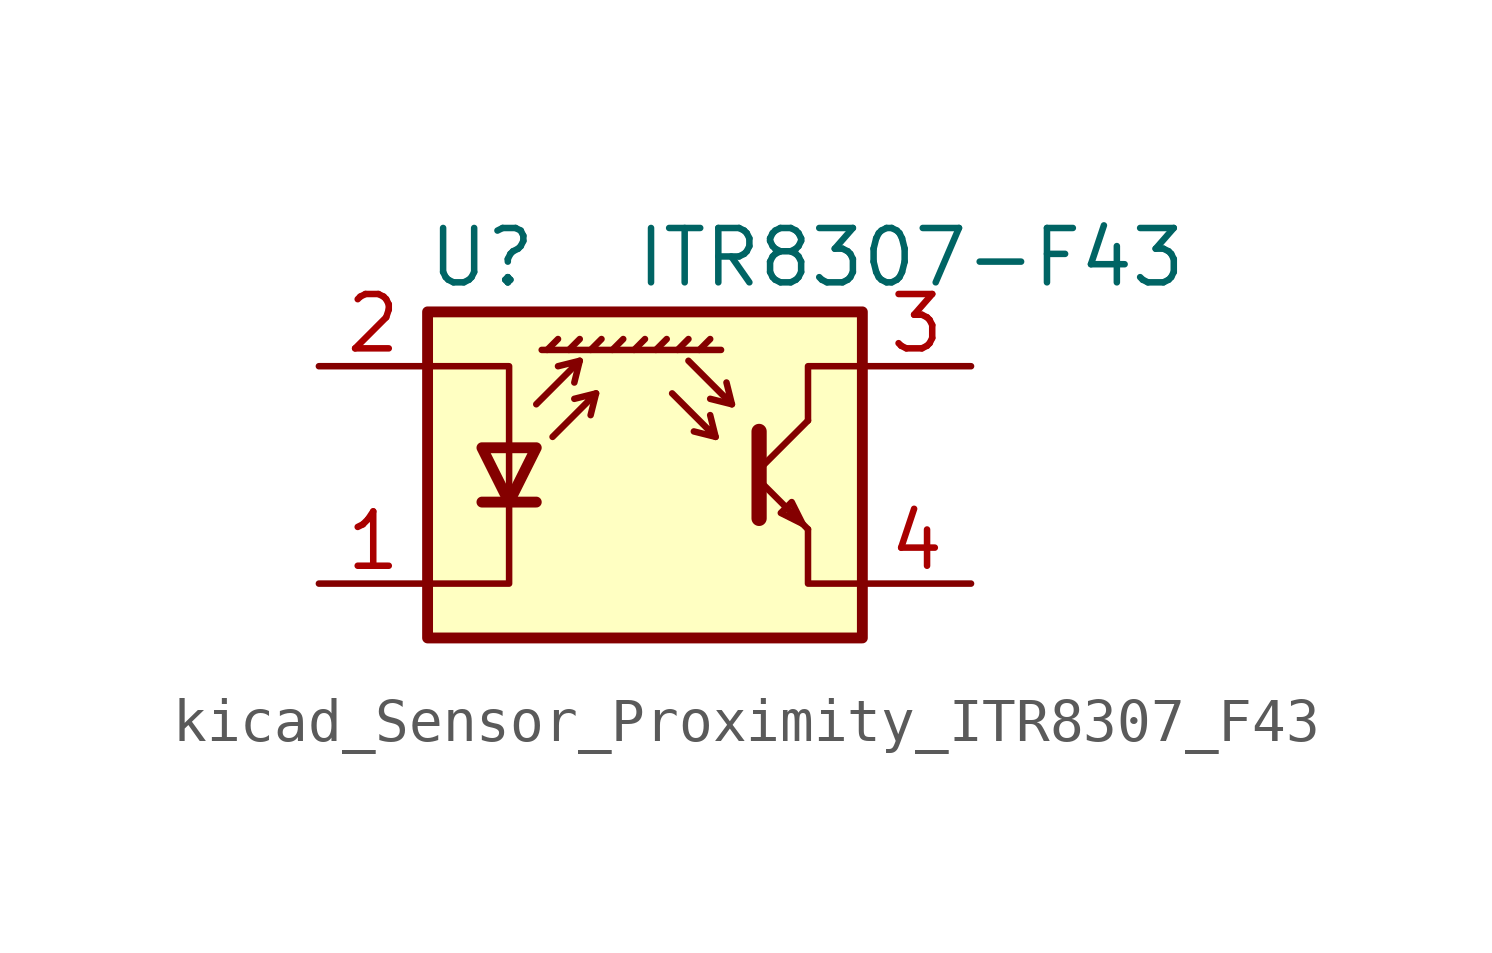
<source format=kicad_sym>
(kicad_symbol_lib
  (version 20220914)
  (generator kicad_symbol_editor)
  (symbol "kicad_Sensor_Proximity_ITR8307_F43"
    (pin_names
      (offset 0.025) hide)
    (property "Reference" "U"
      (at -3.81 5.08 0)
      (effects (font (size 1.27 1.27))))
    (property "Value" "ITR8307-F43"
      (at 12.7 5.08 0)
      (effects (font (size 1.27 1.27)) (justify right)))
    (symbol "kicad_Sensor_Proximity_ITR8307_F43_0_1"
      (polyline (pts (xy -3.81 -0.635) (xy -2.54 -0.635)) (stroke (width 0.254) (type default)) (fill (type none)))
      (polyline (pts (xy -2.286 2.921) (xy -2.032 3.175)) (stroke (width 0) (type default)) (fill (type none)))
      (polyline (pts (xy -1.778 2.921) (xy -1.524 3.175)) (stroke (width 0) (type default)) (fill (type none)))
      (polyline (pts (xy -1.524 2.667) (xy -1.651 2.159)) (stroke (width 0) (type default)) (fill (type none)))
      (polyline (pts (xy -1.27 2.921) (xy -1.016 3.175)) (stroke (width 0) (type default)) (fill (type none)))
      (polyline (pts (xy -1.143 1.905) (xy -1.27 1.397)) (stroke (width 0) (type default)) (fill (type none)))
      (polyline (pts (xy -0.762 2.921) (xy -0.508 3.175)) (stroke (width 0) (type default)) (fill (type none)))
      (polyline (pts (xy -0.254 2.921) (xy 0 3.175)) (stroke (width 0) (type default)) (fill (type none)))
      (polyline (pts (xy 0.254 2.921) (xy 0.508 3.175)) (stroke (width 0) (type default)) (fill (type none)))
      (polyline (pts (xy 0.762 2.921) (xy 1.016 3.175)) (stroke (width 0) (type default)) (fill (type none)))
      (polyline (pts (xy 1.27 2.921) (xy 1.524 3.175)) (stroke (width 0) (type default)) (fill (type none)))
      (polyline (pts (xy 1.651 0.889) (xy 1.143 1.016)) (stroke (width 0) (type default)) (fill (type none)))
      (polyline (pts (xy 1.778 2.921) (xy -2.413 2.921)) (stroke (width 0) (type default)) (fill (type none)))
      (polyline (pts (xy 2.032 1.651) (xy 1.524 1.778)) (stroke (width 0) (type default)) (fill (type none)))
      (polyline (pts (xy 2.667 -0.127) (xy 3.81 -1.27)) (stroke (width 0) (type default)) (fill (type none)))
      (polyline (pts (xy 2.667 0.127) (xy 3.81 1.27)) (stroke (width 0) (type default)) (fill (type none)))
      (polyline (pts (xy -2.54 1.651) (xy -1.524 2.667) (xy -2.032 2.54)) (stroke (width 0) (type default)) (fill (type none)))
      (polyline (pts (xy -2.159 0.889) (xy -1.143 1.905) (xy -1.651 1.778)) (stroke (width 0) (type default)) (fill (type none)))
      (polyline (pts (xy 0.635 1.905) (xy 1.651 0.889) (xy 1.524 1.397)) (stroke (width 0) (type default)) (fill (type none)))
      (polyline (pts (xy 1.016 2.667) (xy 2.032 1.651) (xy 1.905 2.159)) (stroke (width 0) (type default)) (fill (type none)))
      (polyline (pts (xy 2.667 1.016) (xy 2.667 -1.016) (xy 2.667 -1.016)) (stroke (width 0.356) (type default)) (fill (type none)))
      (polyline (pts (xy 3.81 -1.27) (xy 3.81 -2.54) (xy 5.08 -2.54)) (stroke (width 0) (type default)) (fill (type none)))
      (polyline (pts (xy 3.81 1.27) (xy 3.81 2.54) (xy 5.08 2.54)) (stroke (width 0) (type default)) (fill (type none)))
      (polyline (pts (xy -5.08 -2.54) (xy -3.175 -2.54) (xy -3.175 2.54) (xy -5.08 2.54)) (stroke (width 0) (type default)) (fill (type none)))
      (polyline (pts (xy -3.175 -0.635) (xy -3.81 0.635) (xy -2.54 0.635) (xy -3.175 -0.635)) (stroke (width 0.254) (type default)) (fill (type none)))
      (polyline (pts (xy 3.683 -1.143) (xy 3.429 -0.635) (xy 3.175 -0.889) (xy 3.683 -1.143)) (stroke (width 0) (type default)) (fill (type none)))
      (polyline (pts (xy -5.08 -3.81) (xy 5.08 -3.81) (xy 5.08 3.81) (xy -5.08 3.81) (xy -5.08 -3.81)) (stroke (width 0.254) (type default)) (fill (type background))))
    (symbol "kicad_Sensor_Proximity_ITR8307_F43_1_1"
      (pin passive line (at -7.62 -2.54 0) (length 2.54) (name "K" (effects (font (size 1.27 1.27)))) (number "1" (effects (font (size 1.27 1.27)))))
      (pin passive line (at -7.62 2.54 0) (length 2.54) (name "A" (effects (font (size 1.27 1.27)))) (number "2" (effects (font (size 1.27 1.27)))))
      (pin open_collector line (at 7.62 2.54 180) (length 2.54) (name "C" (effects (font (size 1.27 1.27)))) (number "3" (effects (font (size 1.27 1.27)))))
      (pin open_emitter line (at 7.62 -2.54 180) (length 2.54) (name "E" (effects (font (size 1.27 1.27)))) (number "4" (effects (font (size 1.27 1.27))))))))
</source>
